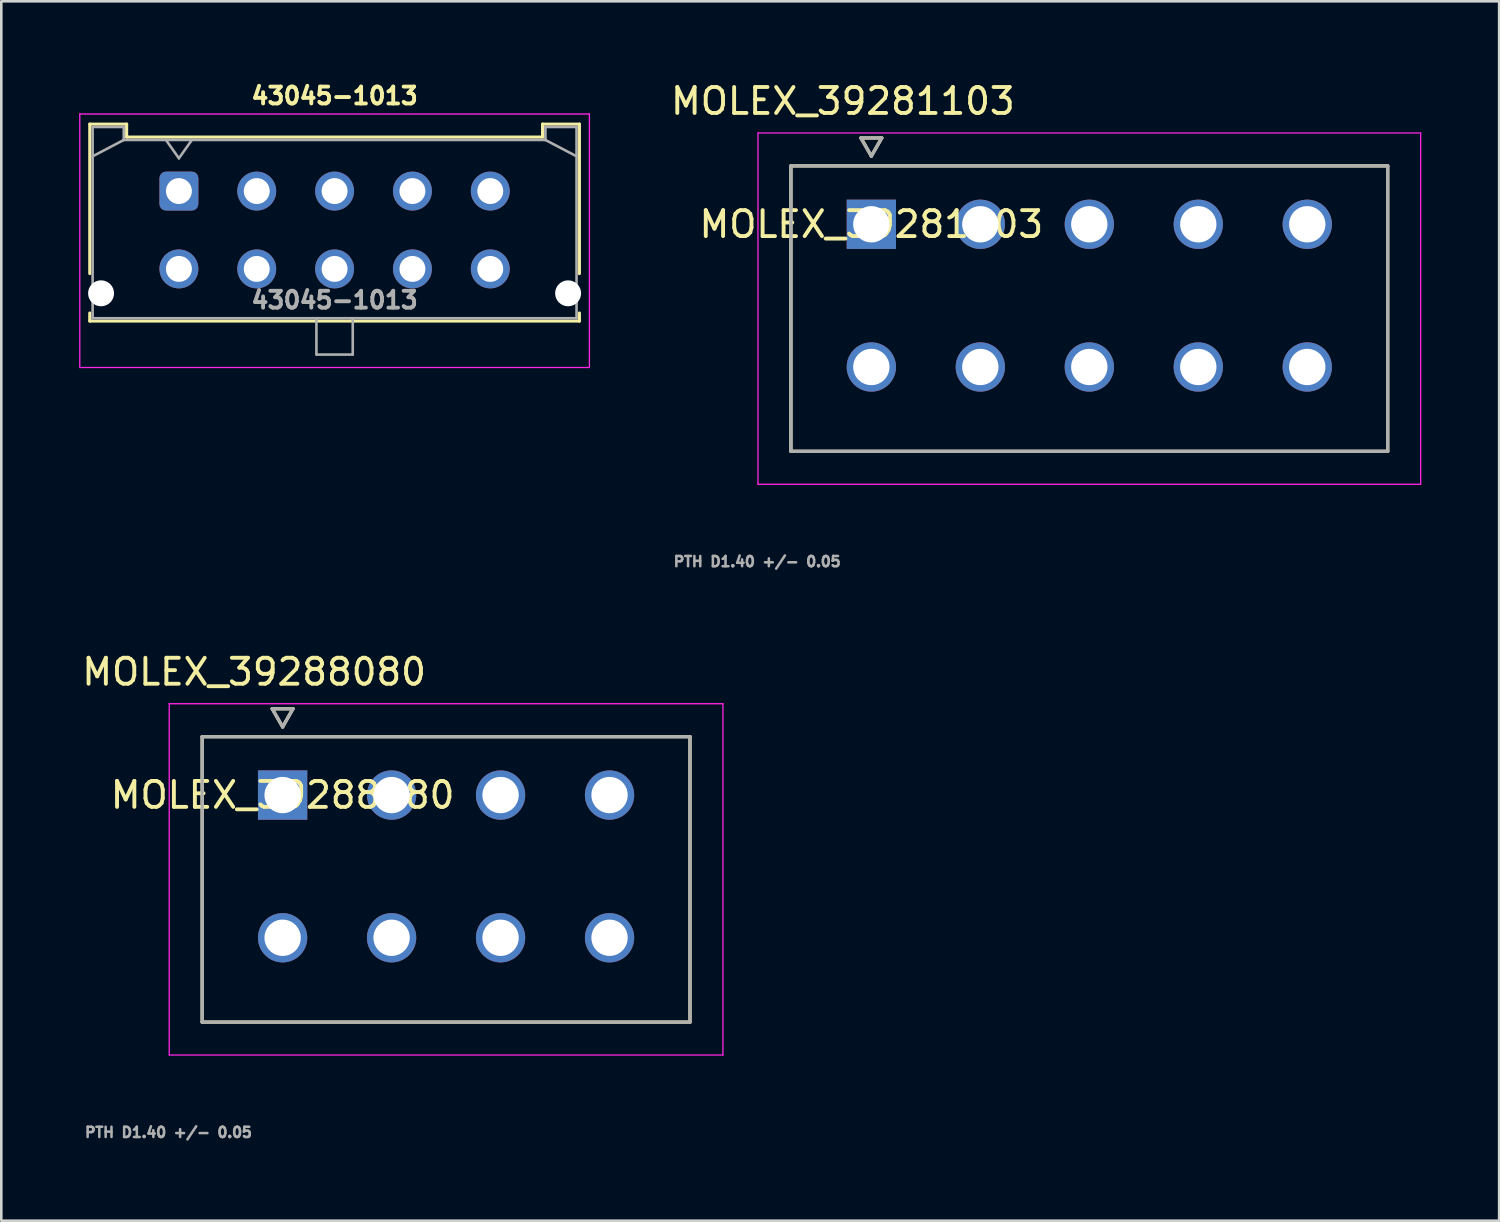
<source format=kicad_pcb>
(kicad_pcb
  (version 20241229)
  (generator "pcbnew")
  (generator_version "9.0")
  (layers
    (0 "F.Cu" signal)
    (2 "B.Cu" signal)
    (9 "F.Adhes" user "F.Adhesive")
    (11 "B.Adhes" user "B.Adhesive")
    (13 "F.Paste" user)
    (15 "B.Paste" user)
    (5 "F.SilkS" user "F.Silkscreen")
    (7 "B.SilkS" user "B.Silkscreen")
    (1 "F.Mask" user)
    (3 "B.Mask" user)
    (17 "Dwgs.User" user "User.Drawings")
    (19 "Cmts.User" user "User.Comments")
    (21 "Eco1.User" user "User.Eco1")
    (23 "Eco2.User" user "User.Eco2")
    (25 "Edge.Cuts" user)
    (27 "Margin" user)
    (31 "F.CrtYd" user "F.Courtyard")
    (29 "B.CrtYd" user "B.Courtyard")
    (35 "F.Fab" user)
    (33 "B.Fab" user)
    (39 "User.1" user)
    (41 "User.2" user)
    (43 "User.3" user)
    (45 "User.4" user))
  (footprint "MOLEX_39288080"
    (layer "F.Cu")
    (at 7.842 27.592)
    (property "Reference" "MOLEX_39288080" (at -1.098 -4.746 0) (layer "F.SilkS") (effects (font (size 1 1) (thickness 0.15))))
    (attr through_hole)
    (fp_circle (center 0 5.5) (end 0.513 5.5) (stroke (width 1.026) (type solid)) (fill no) (layer "F.Mask"))
    (fp_circle (center 4.2 0) (end 4.713 0) (stroke (width 1.026) (type solid)) (fill no) (layer "F.Mask"))
    (fp_circle (center 4.2 5.5) (end 4.713 5.5) (stroke (width 1.026) (type solid)) (fill no) (layer "F.Mask"))
    (fp_circle (center 8.4 0) (end 8.913 0) (stroke (width 1.026) (type solid)) (fill no) (layer "F.Mask"))
    (fp_circle (center 8.4 5.5) (end 8.913 5.5) (stroke (width 1.026) (type solid)) (fill no) (layer "F.Mask"))
    (fp_circle (center 12.6 0) (end 13.113 0) (stroke (width 1.026) (type solid)) (fill no) (layer "F.Mask"))
    (fp_circle (center 12.6 5.5) (end 13.113 5.5) (stroke (width 1.026) (type solid)) (fill no) (layer "F.Mask"))
    (fp_poly (pts (xy -1.026 -1.026) (xy 1.026 -1.026) (xy 1.026 1.026) (xy -1.026 1.026)) (stroke (width 0.01) (type solid)) (fill yes) (layer "F.Mask"))
    (fp_circle (center 0 5.5) (end 0.513 5.5) (stroke (width 1.026) (type solid)) (fill no) (layer "B.Mask"))
    (fp_circle (center 4.2 0) (end 4.713 0) (stroke (width 1.026) (type solid)) (fill no) (layer "B.Mask"))
    (fp_circle (center 4.2 5.5) (end 4.713 5.5) (stroke (width 1.026) (type solid)) (fill no) (layer "B.Mask"))
    (fp_circle (center 8.4 0) (end 8.913 0) (stroke (width 1.026) (type solid)) (fill no) (layer "B.Mask"))
    (fp_circle (center 8.4 5.5) (end 8.913 5.5) (stroke (width 1.026) (type solid)) (fill no) (layer "B.Mask"))
    (fp_circle (center 12.6 0) (end 13.113 0) (stroke (width 1.026) (type solid)) (fill no) (layer "B.Mask"))
    (fp_circle (center 12.6 5.5) (end 13.113 5.5) (stroke (width 1.026) (type solid)) (fill no) (layer "B.Mask"))
    (fp_poly (pts (xy -1.026 -1.026) (xy 1.026 -1.026) (xy 1.026 1.026) (xy -1.026 1.026)) (stroke (width 0.01) (type solid)) (fill yes) (layer "B.Mask"))
    (fp_line (start -3.1 -2.25) (end 15.7 -2.25) (stroke (width 0.127) (type solid)) (layer "F.SilkS"))
    (fp_line (start -3.1 8.75) (end -3.1 -2.25) (stroke (width 0.127) (type solid)) (layer "F.SilkS"))
    (fp_line (start -0.4 -3.327) (end 0 -2.627) (stroke (width 0.127) (type solid)) (layer "F.SilkS"))
    (fp_line (start 0 -2.627) (end 0.4 -3.327) (stroke (width 0.127) (type solid)) (layer "F.SilkS"))
    (fp_line (start 0.4 -3.327) (end -0.4 -3.327) (stroke (width 0.127) (type solid)) (layer "F.SilkS"))
    (fp_line (start 15.7 -2.25) (end 15.7 8.75) (stroke (width 0.127) (type solid)) (layer "F.SilkS"))
    (fp_line (start 15.7 8.75) (end -3.1 8.75) (stroke (width 0.127) (type solid)) (layer "F.SilkS"))
    (fp_line (start -4.37 -3.52) (end 16.97 -3.52) (stroke (width 0.05) (type solid)) (layer "F.CrtYd"))
    (fp_line (start -4.37 10.02) (end -4.37 -3.52) (stroke (width 0.05) (type solid)) (layer "F.CrtYd"))
    (fp_line (start 16.97 -3.52) (end 16.97 10.02) (stroke (width 0.05) (type solid)) (layer "F.CrtYd"))
    (fp_line (start 16.97 10.02) (end -4.37 10.02) (stroke (width 0.05) (type solid)) (layer "F.CrtYd"))
    (fp_line (start -3.1 -2.25) (end 15.7 -2.25) (stroke (width 0.127) (type solid)) (layer "F.Fab"))
    (fp_line (start -3.1 8.75) (end -3.1 -2.25) (stroke (width 0.127) (type solid)) (layer "F.Fab"))
    (fp_line (start -0.4 -3.327) (end 0 -2.627) (stroke (width 0.127) (type solid)) (layer "F.Fab"))
    (fp_line (start 0 -2.627) (end 0.4 -3.327) (stroke (width 0.127) (type solid)) (layer "F.Fab"))
    (fp_line (start 0.4 -3.327) (end -0.4 -3.327) (stroke (width 0.127) (type solid)) (layer "F.Fab"))
    (fp_line (start 15.7 -2.25) (end 15.7 8.75) (stroke (width 0.127) (type solid)) (layer "F.Fab"))
    (fp_line (start 15.7 8.75) (end -3.1 8.75) (stroke (width 0.127) (type solid)) (layer "F.Fab"))
    (fp_text user "${REFERENCE}" (at 0 0 0) (layer "F.SilkS") (effects (font (size 1 1) (thickness 0.15))))
    (fp_text user "PTH D1.40 +/- 0.05" (at -4.4 13 0) (layer "F.Fab") (effects (font (size 0.394 0.394) (thickness 0.15))))
    (pad "1" thru_hole rect (at 0 0) (size 1.9 1.9) (drill 1.4) (layers "*.Cu"))
    (pad "2" thru_hole circle (at 4.2 0) (size 1.9 1.9) (drill 1.4) (layers "*.Cu"))
    (pad "3" thru_hole circle (at 8.4 0) (size 1.9 1.9) (drill 1.4) (layers "*.Cu"))
    (pad "4" thru_hole circle (at 12.6 0) (size 1.9 1.9) (drill 1.4) (layers "*.Cu"))
    (pad "5" thru_hole circle (at 0 5.5) (size 1.9 1.9) (drill 1.4) (layers "*.Cu"))
    (pad "6" thru_hole circle (at 4.2 5.5) (size 1.9 1.9) (drill 1.4) (layers "*.Cu"))
    (pad "7" thru_hole circle (at 8.4 5.5) (size 1.9 1.9) (drill 1.4) (layers "*.Cu"))
    (pad "8" thru_hole circle (at 12.6 5.5) (size 1.9 1.9) (drill 1.4) (layers "*.Cu")))
  (footprint "43045-1013"
    (layer "F.Cu")
    (at 3.845 4.314)
    (property "Reference" "43045-1013" (at 6 -3.67 180) (layer "F.SilkS") (effects (font (size 0.65 0.65) (thickness 0.15))))
    (attr through_hole)
    (fp_line (start -3.435 -2.58) (end -2.015 -2.58) (stroke (width 0.12) (type solid)) (layer "F.SilkS"))
    (fp_line (start -3.435 3.18) (end -3.435 -2.58) (stroke (width 0.12) (type solid)) (layer "F.SilkS"))
    (fp_line (start -3.435 4.7) (end -3.435 5.01) (stroke (width 0.12) (type solid)) (layer "F.SilkS"))
    (fp_line (start -3.435 5.01) (end 15.435 5.01) (stroke (width 0.12) (type solid)) (layer "F.SilkS"))
    (fp_line (start -2.015 -2.58) (end -2.015 -2.08) (stroke (width 0.12) (type solid)) (layer "F.SilkS"))
    (fp_line (start -2.015 -2.08) (end 14.015 -2.08) (stroke (width 0.12) (type solid)) (layer "F.SilkS"))
    (fp_line (start 14.015 -2.58) (end 15.435 -2.58) (stroke (width 0.12) (type solid)) (layer "F.SilkS"))
    (fp_line (start 14.015 -2.08) (end 14.015 -2.58) (stroke (width 0.12) (type solid)) (layer "F.SilkS"))
    (fp_line (start 15.435 -2.58) (end 15.435 3.18) (stroke (width 0.12) (type solid)) (layer "F.SilkS"))
    (fp_line (start 15.435 5.01) (end 15.435 4.7) (stroke (width 0.12) (type solid)) (layer "F.SilkS"))
    (fp_line (start -3.82 -2.97) (end 15.82 -2.97) (stroke (width 0.05) (type solid)) (layer "F.CrtYd"))
    (fp_line (start -3.82 6.8) (end -3.82 -2.97) (stroke (width 0.05) (type solid)) (layer "F.CrtYd"))
    (fp_line (start 15.82 -2.97) (end 15.82 6.8) (stroke (width 0.05) (type solid)) (layer "F.CrtYd"))
    (fp_line (start 15.82 6.8) (end -3.82 6.8) (stroke (width 0.05) (type solid)) (layer "F.CrtYd"))
    (fp_line (start -3.325 -2.47) (end -3.325 4.9) (stroke (width 0.1) (type solid)) (layer "F.Fab"))
    (fp_line (start -3.325 -1.34) (end -2.125 -1.97) (stroke (width 0.1) (type solid)) (layer "F.Fab"))
    (fp_line (start -3.325 4.9) (end 15.325 4.9) (stroke (width 0.1) (type solid)) (layer "F.Fab"))
    (fp_line (start -2.125 -2.47) (end -3.325 -2.47) (stroke (width 0.1) (type solid)) (layer "F.Fab"))
    (fp_line (start -2.125 -1.97) (end -2.125 -2.47) (stroke (width 0.1) (type solid)) (layer "F.Fab"))
    (fp_line (start -0.5 -1.97) (end 0 -1.263) (stroke (width 0.1) (type solid)) (layer "F.Fab"))
    (fp_line (start 0 -1.263) (end 0.5 -1.97) (stroke (width 0.1) (type solid)) (layer "F.Fab"))
    (fp_line (start 5.3 4.9) (end 5.3 6.3) (stroke (width 0.1) (type solid)) (layer "F.Fab"))
    (fp_line (start 5.3 6.3) (end 6.7 6.3) (stroke (width 0.1) (type solid)) (layer "F.Fab"))
    (fp_line (start 6.7 6.3) (end 6.7 4.9) (stroke (width 0.1) (type solid)) (layer "F.Fab"))
    (fp_line (start 14.125 -2.47) (end 14.125 -1.97) (stroke (width 0.1) (type solid)) (layer "F.Fab"))
    (fp_line (start 14.125 -1.97) (end -2.125 -1.97) (stroke (width 0.1) (type solid)) (layer "F.Fab"))
    (fp_line (start 15.325 -2.47) (end 14.125 -2.47) (stroke (width 0.1) (type solid)) (layer "F.Fab"))
    (fp_line (start 15.325 -1.34) (end 14.125 -1.97) (stroke (width 0.1) (type solid)) (layer "F.Fab"))
    (fp_line (start 15.325 4.9) (end 15.325 -2.47) (stroke (width 0.1) (type solid)) (layer "F.Fab"))
    (fp_text user "${REFERENCE}" (at 6 4.2 180) (layer "F.Fab") (effects (font (size 0.65 0.65) (thickness 0.15))))
    (pad "" np_thru_hole circle (at -3 3.94) (size 1 1) (drill 1) (layers "*.Cu" "*.Mask"))
    (pad "" np_thru_hole circle (at 15 3.94) (size 1 1) (drill 1) (layers "*.Cu" "*.Mask"))
    (pad "1" thru_hole roundrect (at 0 0) (size 1.5 1.5) (drill 1) (layers "*.Cu" "*.Mask") (roundrect_rratio 0.167))
    (pad "2" thru_hole circle (at 3 0) (size 1.5 1.5) (drill 1) (layers "*.Cu" "*.Mask"))
    (pad "3" thru_hole circle (at 6 0) (size 1.5 1.5) (drill 1) (layers "*.Cu" "*.Mask"))
    (pad "4" thru_hole circle (at 9 0) (size 1.5 1.5) (drill 1) (layers "*.Cu" "*.Mask"))
    (pad "5" thru_hole circle (at 12 0) (size 1.5 1.5) (drill 1) (layers "*.Cu" "*.Mask"))
    (pad "6" thru_hole circle (at 0 3) (size 1.5 1.5) (drill 1) (layers "*.Cu" "*.Mask"))
    (pad "7" thru_hole circle (at 3 3) (size 1.5 1.5) (drill 1) (layers "*.Cu" "*.Mask"))
    (pad "8" thru_hole circle (at 6 3) (size 1.5 1.5) (drill 1) (layers "*.Cu" "*.Mask"))
    (pad "9" thru_hole circle (at 9 3) (size 1.5 1.5) (drill 1) (layers "*.Cu" "*.Mask"))
    (pad "10" thru_hole circle (at 12 3) (size 1.5 1.5) (drill 1) (layers "*.Cu" "*.Mask")))
  (footprint "MOLEX_39281103"
    (layer "F.Cu")
    (at 30.532 5.594)
    (property "Reference" "MOLEX_39281103" (at -1.098 -4.746 0) (layer "F.SilkS") (effects (font (size 1 1) (thickness 0.15))))
    (attr through_hole)
    (fp_circle (center 0 5.5) (end 0.513 5.5) (stroke (width 1.026) (type solid)) (fill no) (layer "F.Mask"))
    (fp_circle (center 4.2 0) (end 4.713 0) (stroke (width 1.026) (type solid)) (fill no) (layer "F.Mask"))
    (fp_circle (center 4.2 5.5) (end 4.713 5.5) (stroke (width 1.026) (type solid)) (fill no) (layer "F.Mask"))
    (fp_circle (center 8.4 0) (end 8.913 0) (stroke (width 1.026) (type solid)) (fill no) (layer "F.Mask"))
    (fp_circle (center 8.4 5.5) (end 8.913 5.5) (stroke (width 1.026) (type solid)) (fill no) (layer "F.Mask"))
    (fp_circle (center 12.6 0) (end 13.113 0) (stroke (width 1.026) (type solid)) (fill no) (layer "F.Mask"))
    (fp_circle (center 12.6 5.5) (end 13.113 5.5) (stroke (width 1.026) (type solid)) (fill no) (layer "F.Mask"))
    (fp_circle (center 16.8 0) (end 17.313 0) (stroke (width 1.026) (type solid)) (fill no) (layer "F.Mask"))
    (fp_circle (center 16.8 5.5) (end 17.313 5.5) (stroke (width 1.026) (type solid)) (fill no) (layer "F.Mask"))
    (fp_poly (pts (xy -1.026 -1.026) (xy 1.026 -1.026) (xy 1.026 1.026) (xy -1.026 1.026)) (stroke (width 0.01) (type solid)) (fill yes) (layer "F.Mask"))
    (fp_circle (center 0 5.5) (end 0.513 5.5) (stroke (width 1.026) (type solid)) (fill no) (layer "B.Mask"))
    (fp_circle (center 4.2 0) (end 4.713 0) (stroke (width 1.026) (type solid)) (fill no) (layer "B.Mask"))
    (fp_circle (center 4.2 5.5) (end 4.713 5.5) (stroke (width 1.026) (type solid)) (fill no) (layer "B.Mask"))
    (fp_circle (center 8.4 0) (end 8.913 0) (stroke (width 1.026) (type solid)) (fill no) (layer "B.Mask"))
    (fp_circle (center 8.4 5.5) (end 8.913 5.5) (stroke (width 1.026) (type solid)) (fill no) (layer "B.Mask"))
    (fp_circle (center 12.6 0) (end 13.113 0) (stroke (width 1.026) (type solid)) (fill no) (layer "B.Mask"))
    (fp_circle (center 12.6 5.5) (end 13.113 5.5) (stroke (width 1.026) (type solid)) (fill no) (layer "B.Mask"))
    (fp_circle (center 16.8 0) (end 17.313 0) (stroke (width 1.026) (type solid)) (fill no) (layer "B.Mask"))
    (fp_circle (center 16.8 5.5) (end 17.313 5.5) (stroke (width 1.026) (type solid)) (fill no) (layer "B.Mask"))
    (fp_poly (pts (xy -1.026 -1.026) (xy 1.026 -1.026) (xy 1.026 1.026) (xy -1.026 1.026)) (stroke (width 0.01) (type solid)) (fill yes) (layer "B.Mask"))
    (fp_line (start -3.1 -2.25) (end 19.9 -2.25) (stroke (width 0.127) (type solid)) (layer "F.SilkS"))
    (fp_line (start -3.1 8.75) (end -3.1 -2.25) (stroke (width 0.127) (type solid)) (layer "F.SilkS"))
    (fp_line (start -0.4 -3.327) (end 0 -2.627) (stroke (width 0.127) (type solid)) (layer "F.SilkS"))
    (fp_line (start 0 -2.627) (end 0.4 -3.327) (stroke (width 0.127) (type solid)) (layer "F.SilkS"))
    (fp_line (start 0.4 -3.327) (end -0.4 -3.327) (stroke (width 0.127) (type solid)) (layer "F.SilkS"))
    (fp_line (start 19.9 -2.25) (end 19.9 8.75) (stroke (width 0.127) (type solid)) (layer "F.SilkS"))
    (fp_line (start 19.9 8.75) (end -3.1 8.75) (stroke (width 0.127) (type solid)) (layer "F.SilkS"))
    (fp_line (start -4.37 -3.52) (end 21.17 -3.52) (stroke (width 0.05) (type solid)) (layer "F.CrtYd"))
    (fp_line (start -4.37 10.02) (end -4.37 -3.52) (stroke (width 0.05) (type solid)) (layer "F.CrtYd"))
    (fp_line (start 21.17 -3.52) (end 21.17 10.02) (stroke (width 0.05) (type solid)) (layer "F.CrtYd"))
    (fp_line (start 21.17 10.02) (end -4.37 10.02) (stroke (width 0.05) (type solid)) (layer "F.CrtYd"))
    (fp_line (start -3.1 -2.25) (end 19.9 -2.25) (stroke (width 0.127) (type solid)) (layer "F.Fab"))
    (fp_line (start -3.1 8.75) (end -3.1 -2.25) (stroke (width 0.127) (type solid)) (layer "F.Fab"))
    (fp_line (start -0.4 -3.327) (end 0 -2.627) (stroke (width 0.127) (type solid)) (layer "F.Fab"))
    (fp_line (start 0 -2.627) (end 0.4 -3.327) (stroke (width 0.127) (type solid)) (layer "F.Fab"))
    (fp_line (start 0.4 -3.327) (end -0.4 -3.327) (stroke (width 0.127) (type solid)) (layer "F.Fab"))
    (fp_line (start 19.9 -2.25) (end 19.9 8.75) (stroke (width 0.127) (type solid)) (layer "F.Fab"))
    (fp_line (start 19.9 8.75) (end -3.1 8.75) (stroke (width 0.127) (type solid)) (layer "F.Fab"))
    (fp_text user "${REFERENCE}" (at 0 0 0) (layer "F.SilkS") (effects (font (size 1 1) (thickness 0.15))))
    (fp_text user "PTH D1.40 +/- 0.05" (at -4.4 13 0) (layer "F.Fab") (effects (font (size 0.394 0.394) (thickness 0.15))))
    (pad "1" thru_hole rect (at 0 0) (size 1.9 1.9) (drill 1.4) (layers "*.Cu"))
    (pad "2" thru_hole circle (at 4.2 0) (size 1.9 1.9) (drill 1.4) (layers "*.Cu"))
    (pad "3" thru_hole circle (at 8.4 0) (size 1.9 1.9) (drill 1.4) (layers "*.Cu"))
    (pad "4" thru_hole circle (at 12.6 0) (size 1.9 1.9) (drill 1.4) (layers "*.Cu"))
    (pad "5" thru_hole circle (at 16.8 0) (size 1.9 1.9) (drill 1.4) (layers "*.Cu"))
    (pad "6" thru_hole circle (at 0 5.5) (size 1.9 1.9) (drill 1.4) (layers "*.Cu"))
    (pad "7" thru_hole circle (at 4.2 5.5) (size 1.9 1.9) (drill 1.4) (layers "*.Cu"))
    (pad "8" thru_hole circle (at 8.4 5.5) (size 1.9 1.9) (drill 1.4) (layers "*.Cu"))
    (pad "9" thru_hole circle (at 12.6 5.5) (size 1.9 1.9) (drill 1.4) (layers "*.Cu"))
    (pad "10" thru_hole circle (at 16.8 5.5) (size 1.9 1.9) (drill 1.4) (layers "*.Cu")))
  (gr_rect
    (start -3 -3)
    (end 54.727 43.995)
    (stroke (width 0.1) (type default))
    (fill no)
    (layer "Edge.Cuts")))
</source>
